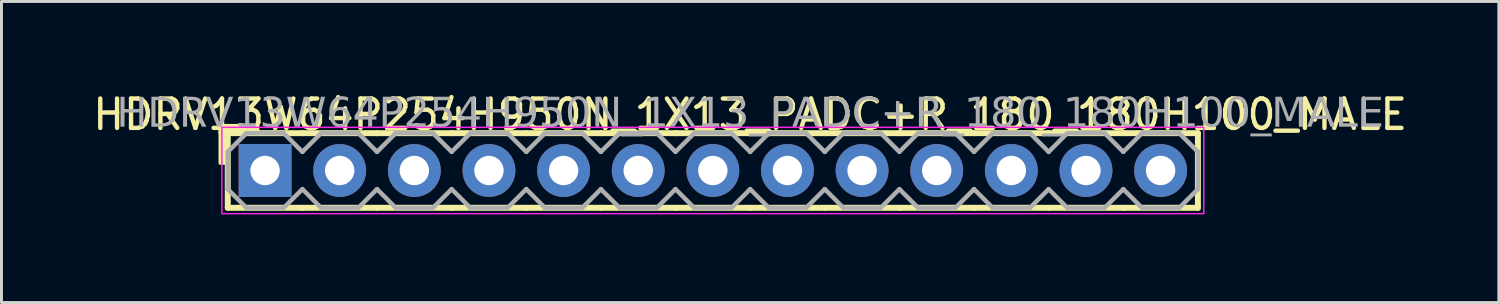
<source format=kicad_pcb>
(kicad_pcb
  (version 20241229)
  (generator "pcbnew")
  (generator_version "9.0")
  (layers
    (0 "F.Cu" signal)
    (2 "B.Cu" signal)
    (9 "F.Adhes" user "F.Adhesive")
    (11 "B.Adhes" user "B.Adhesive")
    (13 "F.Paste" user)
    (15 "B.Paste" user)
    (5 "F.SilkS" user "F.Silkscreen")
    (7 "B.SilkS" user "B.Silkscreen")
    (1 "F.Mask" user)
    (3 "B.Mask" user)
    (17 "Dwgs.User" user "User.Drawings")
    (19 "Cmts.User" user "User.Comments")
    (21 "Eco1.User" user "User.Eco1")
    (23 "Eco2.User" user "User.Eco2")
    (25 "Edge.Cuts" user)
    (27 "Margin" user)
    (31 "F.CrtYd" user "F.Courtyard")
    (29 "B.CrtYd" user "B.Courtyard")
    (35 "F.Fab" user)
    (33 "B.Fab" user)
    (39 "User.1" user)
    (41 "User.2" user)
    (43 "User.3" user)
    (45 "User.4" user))
  (footprint "HDRV13W64P254H950N_1X13_PADC+R_180_180H100_MALE"
    (layer "F.Cu")
    (at 21.212 2.753)
    (property "Reference" "HDRV13W64P254H950N_1X13_PADC+R_180_180H100_MALE" (at 1.27 -1.905 0) (layer "F.SilkS") (effects (font (size 1 1) (thickness 0.15))))
    (attr through_hole)
    (fp_line (start -16.51 1.27) (end -16.51 -1.27) (stroke (width 0.203) (type solid)) (layer "F.SilkS"))
    (fp_line (start -13.97 -1.27) (end -16.51 -1.27) (stroke (width 0.203) (type solid)) (layer "F.SilkS"))
    (fp_line (start -13.97 1.27) (end -16.51 1.27) (stroke (width 0.203) (type solid)) (layer "F.SilkS"))
    (fp_line (start -11.43 -1.27) (end -13.97 -1.27) (stroke (width 0.203) (type solid)) (layer "F.SilkS"))
    (fp_line (start -11.43 1.27) (end -13.97 1.27) (stroke (width 0.203) (type solid)) (layer "F.SilkS"))
    (fp_line (start -8.89 -1.27) (end -11.43 -1.27) (stroke (width 0.203) (type solid)) (layer "F.SilkS"))
    (fp_line (start -8.89 1.27) (end -11.43 1.27) (stroke (width 0.203) (type solid)) (layer "F.SilkS"))
    (fp_line (start -6.35 -1.27) (end -8.89 -1.27) (stroke (width 0.203) (type solid)) (layer "F.SilkS"))
    (fp_line (start -6.35 1.27) (end -8.89 1.27) (stroke (width 0.203) (type solid)) (layer "F.SilkS"))
    (fp_line (start -3.81 -1.27) (end -6.35 -1.27) (stroke (width 0.203) (type solid)) (layer "F.SilkS"))
    (fp_line (start -3.81 1.27) (end -6.35 1.27) (stroke (width 0.203) (type solid)) (layer "F.SilkS"))
    (fp_line (start -1.27 -1.27) (end -3.81 -1.27) (stroke (width 0.203) (type solid)) (layer "F.SilkS"))
    (fp_line (start -1.27 1.27) (end -3.81 1.27) (stroke (width 0.203) (type solid)) (layer "F.SilkS"))
    (fp_line (start 1.27 -1.27) (end -1.27 -1.27) (stroke (width 0.203) (type solid)) (layer "F.SilkS"))
    (fp_line (start 1.27 1.27) (end -1.27 1.27) (stroke (width 0.203) (type solid)) (layer "F.SilkS"))
    (fp_line (start 3.81 -1.27) (end 1.27 -1.27) (stroke (width 0.203) (type solid)) (layer "F.SilkS"))
    (fp_line (start 3.81 1.27) (end 1.27 1.27) (stroke (width 0.203) (type solid)) (layer "F.SilkS"))
    (fp_line (start 6.35 -1.27) (end 3.81 -1.27) (stroke (width 0.203) (type solid)) (layer "F.SilkS"))
    (fp_line (start 6.35 1.27) (end 3.81 1.27) (stroke (width 0.203) (type solid)) (layer "F.SilkS"))
    (fp_line (start 8.89 -1.27) (end 6.35 -1.27) (stroke (width 0.203) (type solid)) (layer "F.SilkS"))
    (fp_line (start 8.89 1.27) (end 6.35 1.27) (stroke (width 0.203) (type solid)) (layer "F.SilkS"))
    (fp_line (start 11.43 -1.27) (end 8.89 -1.27) (stroke (width 0.203) (type solid)) (layer "F.SilkS"))
    (fp_line (start 11.43 1.27) (end 8.89 1.27) (stroke (width 0.203) (type solid)) (layer "F.SilkS"))
    (fp_line (start 13.97 -1.27) (end 11.43 -1.27) (stroke (width 0.203) (type solid)) (layer "F.SilkS"))
    (fp_line (start 13.97 1.27) (end 11.43 1.27) (stroke (width 0.203) (type solid)) (layer "F.SilkS"))
    (fp_line (start 16.51 -1.27) (end 13.97 -1.27) (stroke (width 0.203) (type solid)) (layer "F.SilkS"))
    (fp_line (start 16.51 1.27) (end 13.97 1.27) (stroke (width 0.203) (type solid)) (layer "F.SilkS"))
    (fp_line (start 16.51 1.27) (end 16.51 -1.27) (stroke (width 0.203) (type solid)) (layer "F.SilkS"))
    (fp_rect (start -16.764 -0.254) (end -16.51 -1.524) (stroke (width 0.12) (type solid)) (fill yes) (layer "F.SilkS"))
    (fp_rect (start -15.494 -1.27) (end -16.764 -1.524) (stroke (width 0.12) (type solid)) (fill yes) (layer "F.SilkS"))
    (fp_rect (start -16.71 -1.47) (end 16.71 1.47) (stroke (width 0.05) (type default)) (fill no) (layer "F.CrtYd"))
    (fp_line (start -16.51 -0.635) (end -16.51 0.635) (stroke (width 0.152) (type solid)) (layer "F.Fab"))
    (fp_line (start -16.51 -0.635) (end -15.875 -1.27) (stroke (width 0.152) (type solid)) (layer "F.Fab"))
    (fp_line (start -15.875 -1.27) (end -14.605 -1.27) (stroke (width 0.152) (type solid)) (layer "F.Fab"))
    (fp_line (start -15.875 1.27) (end -16.51 0.635) (stroke (width 0.152) (type solid)) (layer "F.Fab"))
    (fp_line (start -14.605 -1.27) (end -13.97 -0.635) (stroke (width 0.152) (type solid)) (layer "F.Fab"))
    (fp_line (start -14.605 1.27) (end -15.875 1.27) (stroke (width 0.152) (type solid)) (layer "F.Fab"))
    (fp_line (start -13.97 -0.635) (end -13.335 -1.27) (stroke (width 0.152) (type solid)) (layer "F.Fab"))
    (fp_line (start -13.97 0.635) (end -14.605 1.27) (stroke (width 0.152) (type solid)) (layer "F.Fab"))
    (fp_line (start -13.335 -1.27) (end -12.065 -1.27) (stroke (width 0.152) (type solid)) (layer "F.Fab"))
    (fp_line (start -13.335 1.27) (end -13.97 0.635) (stroke (width 0.152) (type solid)) (layer "F.Fab"))
    (fp_line (start -12.065 -1.27) (end -11.43 -0.635) (stroke (width 0.152) (type solid)) (layer "F.Fab"))
    (fp_line (start -12.065 1.27) (end -13.335 1.27) (stroke (width 0.152) (type solid)) (layer "F.Fab"))
    (fp_line (start -11.43 -0.635) (end -10.795 -1.27) (stroke (width 0.152) (type solid)) (layer "F.Fab"))
    (fp_line (start -11.43 0.635) (end -12.065 1.27) (stroke (width 0.152) (type solid)) (layer "F.Fab"))
    (fp_line (start -10.795 -1.27) (end -9.525 -1.27) (stroke (width 0.152) (type solid)) (layer "F.Fab"))
    (fp_line (start -10.795 1.27) (end -11.43 0.635) (stroke (width 0.152) (type solid)) (layer "F.Fab"))
    (fp_line (start -9.525 -1.27) (end -8.89 -0.635) (stroke (width 0.152) (type solid)) (layer "F.Fab"))
    (fp_line (start -9.525 1.27) (end -10.795 1.27) (stroke (width 0.152) (type solid)) (layer "F.Fab"))
    (fp_line (start -8.89 -0.635) (end -8.255 -1.27) (stroke (width 0.152) (type solid)) (layer "F.Fab"))
    (fp_line (start -8.89 0.635) (end -9.525 1.27) (stroke (width 0.152) (type solid)) (layer "F.Fab"))
    (fp_line (start -8.255 -1.27) (end -6.985 -1.27) (stroke (width 0.152) (type solid)) (layer "F.Fab"))
    (fp_line (start -8.255 1.27) (end -8.89 0.635) (stroke (width 0.152) (type solid)) (layer "F.Fab"))
    (fp_line (start -6.985 -1.27) (end -6.35 -0.635) (stroke (width 0.152) (type solid)) (layer "F.Fab"))
    (fp_line (start -6.985 1.27) (end -8.255 1.27) (stroke (width 0.152) (type solid)) (layer "F.Fab"))
    (fp_line (start -6.35 -0.635) (end -5.715 -1.27) (stroke (width 0.152) (type solid)) (layer "F.Fab"))
    (fp_line (start -6.35 0.635) (end -6.985 1.27) (stroke (width 0.152) (type solid)) (layer "F.Fab"))
    (fp_line (start -5.715 -1.27) (end -4.445 -1.27) (stroke (width 0.152) (type solid)) (layer "F.Fab"))
    (fp_line (start -5.715 1.27) (end -6.35 0.635) (stroke (width 0.152) (type solid)) (layer "F.Fab"))
    (fp_line (start -4.445 -1.27) (end -3.81 -0.635) (stroke (width 0.152) (type solid)) (layer "F.Fab"))
    (fp_line (start -4.445 1.27) (end -5.715 1.27) (stroke (width 0.152) (type solid)) (layer "F.Fab"))
    (fp_line (start -3.81 -0.635) (end -3.175 -1.27) (stroke (width 0.152) (type solid)) (layer "F.Fab"))
    (fp_line (start -3.81 0.635) (end -4.445 1.27) (stroke (width 0.152) (type solid)) (layer "F.Fab"))
    (fp_line (start -3.175 -1.27) (end -1.905 -1.27) (stroke (width 0.152) (type solid)) (layer "F.Fab"))
    (fp_line (start -3.175 1.27) (end -3.81 0.635) (stroke (width 0.152) (type solid)) (layer "F.Fab"))
    (fp_line (start -1.905 -1.27) (end -1.27 -0.635) (stroke (width 0.152) (type solid)) (layer "F.Fab"))
    (fp_line (start -1.905 1.27) (end -3.175 1.27) (stroke (width 0.152) (type solid)) (layer "F.Fab"))
    (fp_line (start -1.27 -0.635) (end -0.635 -1.27) (stroke (width 0.152) (type solid)) (layer "F.Fab"))
    (fp_line (start -1.27 0.635) (end -1.905 1.27) (stroke (width 0.152) (type solid)) (layer "F.Fab"))
    (fp_line (start -0.635 -1.27) (end 0.635 -1.27) (stroke (width 0.152) (type solid)) (layer "F.Fab"))
    (fp_line (start -0.635 1.27) (end -1.27 0.635) (stroke (width 0.152) (type solid)) (layer "F.Fab"))
    (fp_line (start 0.635 -1.27) (end 1.27 -0.635) (stroke (width 0.152) (type solid)) (layer "F.Fab"))
    (fp_line (start 0.635 1.27) (end -0.635 1.27) (stroke (width 0.152) (type solid)) (layer "F.Fab"))
    (fp_line (start 1.27 -0.635) (end 1.905 -1.27) (stroke (width 0.152) (type solid)) (layer "F.Fab"))
    (fp_line (start 1.27 0.635) (end 0.635 1.27) (stroke (width 0.152) (type solid)) (layer "F.Fab"))
    (fp_line (start 1.905 -1.27) (end 3.175 -1.27) (stroke (width 0.152) (type solid)) (layer "F.Fab"))
    (fp_line (start 1.905 1.27) (end 1.27 0.635) (stroke (width 0.152) (type solid)) (layer "F.Fab"))
    (fp_line (start 3.175 -1.27) (end 3.81 -0.635) (stroke (width 0.152) (type solid)) (layer "F.Fab"))
    (fp_line (start 3.175 1.27) (end 1.905 1.27) (stroke (width 0.152) (type solid)) (layer "F.Fab"))
    (fp_line (start 3.81 -0.635) (end 4.445 -1.27) (stroke (width 0.152) (type solid)) (layer "F.Fab"))
    (fp_line (start 3.81 0.635) (end 3.175 1.27) (stroke (width 0.152) (type solid)) (layer "F.Fab"))
    (fp_line (start 4.445 -1.27) (end 5.715 -1.27) (stroke (width 0.152) (type solid)) (layer "F.Fab"))
    (fp_line (start 4.445 1.27) (end 3.81 0.635) (stroke (width 0.152) (type solid)) (layer "F.Fab"))
    (fp_line (start 5.715 -1.27) (end 6.35 -0.635) (stroke (width 0.152) (type solid)) (layer "F.Fab"))
    (fp_line (start 5.715 1.27) (end 4.445 1.27) (stroke (width 0.152) (type solid)) (layer "F.Fab"))
    (fp_line (start 6.35 -0.635) (end 6.985 -1.27) (stroke (width 0.152) (type solid)) (layer "F.Fab"))
    (fp_line (start 6.35 0.635) (end 5.715 1.27) (stroke (width 0.152) (type solid)) (layer "F.Fab"))
    (fp_line (start 6.985 -1.27) (end 8.255 -1.27) (stroke (width 0.152) (type solid)) (layer "F.Fab"))
    (fp_line (start 6.985 1.27) (end 6.35 0.635) (stroke (width 0.152) (type solid)) (layer "F.Fab"))
    (fp_line (start 8.255 -1.27) (end 8.89 -0.635) (stroke (width 0.152) (type solid)) (layer "F.Fab"))
    (fp_line (start 8.255 1.27) (end 6.985 1.27) (stroke (width 0.152) (type solid)) (layer "F.Fab"))
    (fp_line (start 8.89 -0.635) (end 9.525 -1.27) (stroke (width 0.152) (type solid)) (layer "F.Fab"))
    (fp_line (start 8.89 0.635) (end 8.255 1.27) (stroke (width 0.152) (type solid)) (layer "F.Fab"))
    (fp_line (start 9.525 -1.27) (end 10.795 -1.27) (stroke (width 0.152) (type solid)) (layer "F.Fab"))
    (fp_line (start 9.525 1.27) (end 8.89 0.635) (stroke (width 0.152) (type solid)) (layer "F.Fab"))
    (fp_line (start 10.795 -1.27) (end 11.43 -0.635) (stroke (width 0.152) (type solid)) (layer "F.Fab"))
    (fp_line (start 10.795 1.27) (end 9.525 1.27) (stroke (width 0.152) (type solid)) (layer "F.Fab"))
    (fp_line (start 11.43 -0.635) (end 12.065 -1.27) (stroke (width 0.152) (type solid)) (layer "F.Fab"))
    (fp_line (start 11.43 0.635) (end 10.795 1.27) (stroke (width 0.152) (type solid)) (layer "F.Fab"))
    (fp_line (start 12.065 -1.27) (end 13.335 -1.27) (stroke (width 0.152) (type solid)) (layer "F.Fab"))
    (fp_line (start 12.065 1.27) (end 11.43 0.635) (stroke (width 0.152) (type solid)) (layer "F.Fab"))
    (fp_line (start 13.335 -1.27) (end 13.97 -0.635) (stroke (width 0.152) (type solid)) (layer "F.Fab"))
    (fp_line (start 13.335 1.27) (end 12.065 1.27) (stroke (width 0.152) (type solid)) (layer "F.Fab"))
    (fp_line (start 13.97 -0.635) (end 14.605 -1.27) (stroke (width 0.152) (type solid)) (layer "F.Fab"))
    (fp_line (start 13.97 0.635) (end 13.335 1.27) (stroke (width 0.152) (type solid)) (layer "F.Fab"))
    (fp_line (start 14.605 -1.27) (end 15.875 -1.27) (stroke (width 0.152) (type solid)) (layer "F.Fab"))
    (fp_line (start 14.605 1.27) (end 13.97 0.635) (stroke (width 0.152) (type solid)) (layer "F.Fab"))
    (fp_line (start 15.875 -1.27) (end 16.51 -0.635) (stroke (width 0.152) (type solid)) (layer "F.Fab"))
    (fp_line (start 15.875 1.27) (end 14.605 1.27) (stroke (width 0.152) (type solid)) (layer "F.Fab"))
    (fp_line (start 16.51 -0.635) (end 16.51 0.635) (stroke (width 0.152) (type solid)) (layer "F.Fab"))
    (fp_line (start 16.51 0.635) (end 15.875 1.27) (stroke (width 0.152) (type solid)) (layer "F.Fab"))
    (fp_rect (start -14.986 -0.254) (end -15.494 0.254) (stroke (width 0.152) (type solid)) (fill no) (layer "F.Fab"))
    (fp_rect (start -12.446 -0.254) (end -12.954 0.254) (stroke (width 0.152) (type solid)) (fill no) (layer "F.Fab"))
    (fp_rect (start -9.906 -0.254) (end -10.414 0.254) (stroke (width 0.152) (type solid)) (fill no) (layer "F.Fab"))
    (fp_rect (start -7.366 -0.254) (end -7.874 0.254) (stroke (width 0.152) (type solid)) (fill no) (layer "F.Fab"))
    (fp_rect (start -4.826 -0.254) (end -5.334 0.254) (stroke (width 0.152) (type solid)) (fill no) (layer "F.Fab"))
    (fp_rect (start -2.286 -0.254) (end -2.794 0.254) (stroke (width 0.152) (type solid)) (fill no) (layer "F.Fab"))
    (fp_rect (start 0.254 -0.254) (end -0.254 0.254) (stroke (width 0.152) (type solid)) (fill no) (layer "F.Fab"))
    (fp_rect (start 2.794 -0.254) (end 2.286 0.254) (stroke (width 0.152) (type solid)) (fill no) (layer "F.Fab"))
    (fp_rect (start 5.334 -0.254) (end 4.826 0.254) (stroke (width 0.152) (type solid)) (fill no) (layer "F.Fab"))
    (fp_rect (start 7.874 -0.254) (end 7.366 0.254) (stroke (width 0.152) (type solid)) (fill no) (layer "F.Fab"))
    (fp_rect (start 10.414 -0.254) (end 9.906 0.254) (stroke (width 0.152) (type solid)) (fill no) (layer "F.Fab"))
    (fp_rect (start 12.954 -0.254) (end 12.446 0.254) (stroke (width 0.152) (type solid)) (fill no) (layer "F.Fab"))
    (fp_rect (start 15.494 -0.254) (end 14.986 0.254) (stroke (width 0.152) (type solid)) (fill no) (layer "F.Fab"))
    (fp_text user "${REFERENCE}" (at 1.27 -1.905 0) (layer "F.Fab") (effects (font (face "Tahoma") (size 1 1) (thickness 0.15))))
    (pad "1" thru_hole rect (at -15.24 0) (size 1.8 1.8) (drill 1) (layers "*.Cu" "*.Mask"))
    (pad "2" thru_hole circle (at -12.7 0) (size 1.8 1.8) (drill 1) (layers "*.Cu" "*.Mask"))
    (pad "3" thru_hole circle (at -10.16 0) (size 1.8 1.8) (drill 1) (layers "*.Cu" "*.Mask"))
    (pad "4" thru_hole circle (at -7.62 0) (size 1.8 1.8) (drill 1) (layers "*.Cu" "*.Mask"))
    (pad "5" thru_hole circle (at -5.08 0) (size 1.8 1.8) (drill 1) (layers "*.Cu" "*.Mask"))
    (pad "6" thru_hole circle (at -2.54 0) (size 1.8 1.8) (drill 1) (layers "*.Cu" "*.Mask"))
    (pad "7" thru_hole circle (at 0 0) (size 1.8 1.8) (drill 1) (layers "*.Cu" "*.Mask"))
    (pad "8" thru_hole circle (at 2.54 0) (size 1.8 1.8) (drill 1) (layers "*.Cu" "*.Mask"))
    (pad "9" thru_hole circle (at 5.08 0) (size 1.8 1.8) (drill 1) (layers "*.Cu" "*.Mask"))
    (pad "10" thru_hole circle (at 7.62 0) (size 1.8 1.8) (drill 1) (layers "*.Cu" "*.Mask"))
    (pad "11" thru_hole circle (at 10.16 0) (size 1.8 1.8) (drill 1) (layers "*.Cu" "*.Mask"))
    (pad "12" thru_hole circle (at 12.7 0) (size 1.8 1.8) (drill 1) (layers "*.Cu" "*.Mask"))
    (pad "13" thru_hole circle (at 15.24 0) (size 1.8 1.8) (drill 1) (layers "*.Cu" "*.Mask")))
  (gr_rect
    (start -3 -3)
    (end 47.964 7.248)
    (stroke (width 0.1) (type default))
    (fill no)
    (layer "Edge.Cuts")))
</source>
